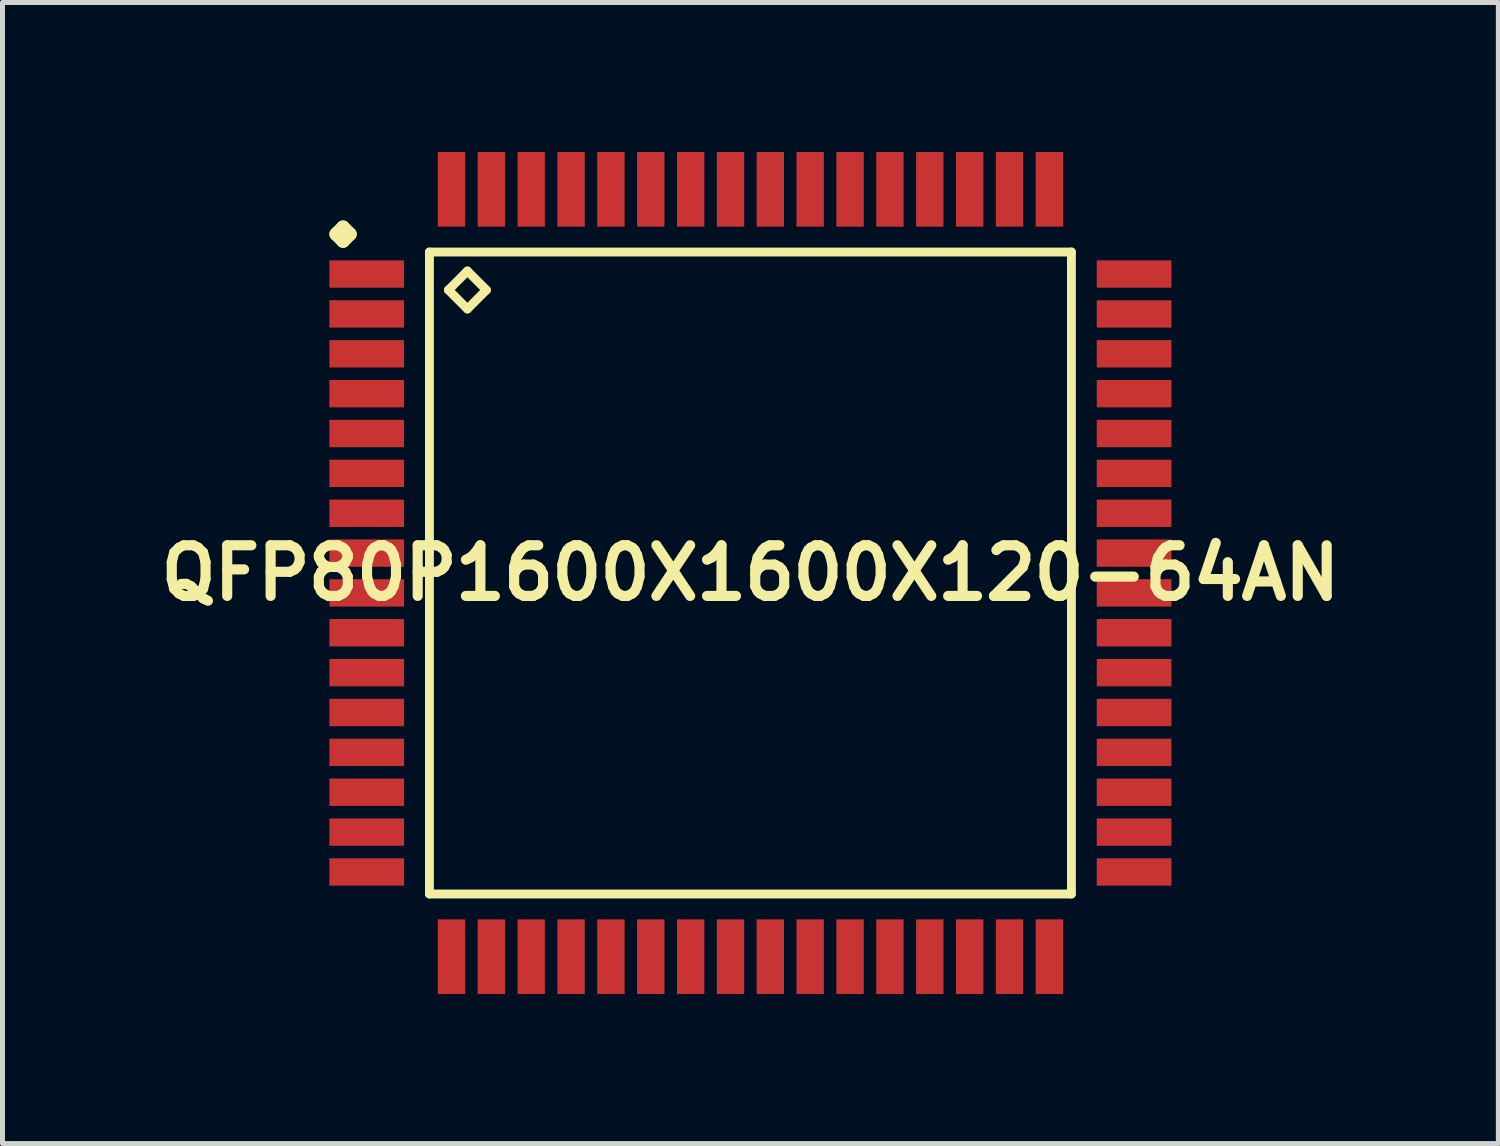
<source format=kicad_pcb>
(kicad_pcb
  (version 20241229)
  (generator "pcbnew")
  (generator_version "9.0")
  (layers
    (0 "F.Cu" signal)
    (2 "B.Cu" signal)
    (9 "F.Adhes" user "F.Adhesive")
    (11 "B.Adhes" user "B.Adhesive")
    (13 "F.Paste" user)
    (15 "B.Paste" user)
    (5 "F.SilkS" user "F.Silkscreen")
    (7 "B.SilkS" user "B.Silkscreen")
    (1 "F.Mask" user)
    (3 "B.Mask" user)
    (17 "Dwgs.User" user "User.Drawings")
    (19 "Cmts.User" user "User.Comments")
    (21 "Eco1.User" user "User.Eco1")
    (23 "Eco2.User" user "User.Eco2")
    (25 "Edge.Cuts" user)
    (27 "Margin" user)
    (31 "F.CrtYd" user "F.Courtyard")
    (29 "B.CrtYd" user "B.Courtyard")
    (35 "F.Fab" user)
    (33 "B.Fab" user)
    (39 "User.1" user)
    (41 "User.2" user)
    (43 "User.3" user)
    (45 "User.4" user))
  (footprint "QFP80P1600X1600X120-64AN"
    (layer "F.Cu")
    (at 12.008 8.448)
    (property "Reference" "QFP80P1600X1600X120-64AN" (at 0 0 0) (layer "F.SilkS") (effects (font (size 1.016 1.016) (thickness 0.203))))
    (attr smd)
    (fp_line (start -8.311 -6.8) (end -8.174 -6.937) (stroke (width 0.274) (type solid)) (layer "F.SilkS"))
    (fp_line (start -8.174 -6.937) (end -8.037 -6.8) (stroke (width 0.274) (type solid)) (layer "F.SilkS"))
    (fp_line (start -8.174 -6.662) (end -8.311 -6.8) (stroke (width 0.274) (type solid)) (layer "F.SilkS"))
    (fp_line (start -8.037 -6.8) (end -8.174 -6.662) (stroke (width 0.274) (type solid)) (layer "F.SilkS"))
    (fp_line (start -6.441 -6.441) (end -6.441 6.441) (stroke (width 0.178) (type solid)) (layer "F.SilkS"))
    (fp_line (start -6.441 6.441) (end 6.441 6.441) (stroke (width 0.178) (type solid)) (layer "F.SilkS"))
    (fp_line (start -6.06 -5.679) (end -5.679 -6.06) (stroke (width 0.178) (type solid)) (layer "F.SilkS"))
    (fp_line (start -5.679 -6.06) (end -5.298 -5.679) (stroke (width 0.178) (type solid)) (layer "F.SilkS"))
    (fp_line (start -5.679 -5.298) (end -6.06 -5.679) (stroke (width 0.178) (type solid)) (layer "F.SilkS"))
    (fp_line (start -5.298 -5.679) (end -5.679 -5.298) (stroke (width 0.178) (type solid)) (layer "F.SilkS"))
    (fp_line (start 6.441 -6.441) (end -6.441 -6.441) (stroke (width 0.178) (type solid)) (layer "F.SilkS"))
    (fp_line (start 6.441 6.441) (end 6.441 -6.441) (stroke (width 0.178) (type solid)) (layer "F.SilkS"))
    (pad "1" smd rect (at -7.699 -5.999) (size 1.499 0.549) (layers "F.Cu" "F.Mask" "F.Paste"))
    (pad "2" smd rect (at -7.699 -5.199) (size 1.499 0.549) (layers "F.Cu" "F.Mask" "F.Paste"))
    (pad "3" smd rect (at -7.699 -4.399) (size 1.499 0.549) (layers "F.Cu" "F.Mask" "F.Paste"))
    (pad "4" smd rect (at -7.699 -3.599) (size 1.499 0.549) (layers "F.Cu" "F.Mask" "F.Paste"))
    (pad "5" smd rect (at -7.699 -2.799) (size 1.499 0.549) (layers "F.Cu" "F.Mask" "F.Paste"))
    (pad "6" smd rect (at -7.699 -1.999) (size 1.499 0.549) (layers "F.Cu" "F.Mask" "F.Paste"))
    (pad "7" smd rect (at -7.699 -1.199) (size 1.499 0.549) (layers "F.Cu" "F.Mask" "F.Paste"))
    (pad "8" smd rect (at -7.699 -0.399) (size 1.499 0.549) (layers "F.Cu" "F.Mask" "F.Paste"))
    (pad "9" smd rect (at -7.699 0.399) (size 1.499 0.549) (layers "F.Cu" "F.Mask" "F.Paste"))
    (pad "10" smd rect (at -7.699 1.199) (size 1.499 0.549) (layers "F.Cu" "F.Mask" "F.Paste"))
    (pad "11" smd rect (at -7.699 1.999) (size 1.499 0.549) (layers "F.Cu" "F.Mask" "F.Paste"))
    (pad "12" smd rect (at -7.699 2.799) (size 1.499 0.549) (layers "F.Cu" "F.Mask" "F.Paste"))
    (pad "13" smd rect (at -7.699 3.599) (size 1.499 0.549) (layers "F.Cu" "F.Mask" "F.Paste"))
    (pad "14" smd rect (at -7.699 4.399) (size 1.499 0.549) (layers "F.Cu" "F.Mask" "F.Paste"))
    (pad "15" smd rect (at -7.699 5.199) (size 1.499 0.549) (layers "F.Cu" "F.Mask" "F.Paste"))
    (pad "16" smd rect (at -7.699 5.999) (size 1.499 0.549) (layers "F.Cu" "F.Mask" "F.Paste"))
    (pad "17" smd rect (at -5.999 7.699) (size 0.549 1.499) (layers "F.Cu" "F.Mask" "F.Paste"))
    (pad "18" smd rect (at -5.199 7.699) (size 0.549 1.499) (layers "F.Cu" "F.Mask" "F.Paste"))
    (pad "19" smd rect (at -4.399 7.699) (size 0.549 1.499) (layers "F.Cu" "F.Mask" "F.Paste"))
    (pad "20" smd rect (at -3.599 7.699) (size 0.549 1.499) (layers "F.Cu" "F.Mask" "F.Paste"))
    (pad "21" smd rect (at -2.799 7.699) (size 0.549 1.499) (layers "F.Cu" "F.Mask" "F.Paste"))
    (pad "22" smd rect (at -1.999 7.699) (size 0.549 1.499) (layers "F.Cu" "F.Mask" "F.Paste"))
    (pad "23" smd rect (at -1.199 7.699) (size 0.549 1.499) (layers "F.Cu" "F.Mask" "F.Paste"))
    (pad "24" smd rect (at -0.399 7.699) (size 0.549 1.499) (layers "F.Cu" "F.Mask" "F.Paste"))
    (pad "25" smd rect (at 0.399 7.699) (size 0.549 1.499) (layers "F.Cu" "F.Mask" "F.Paste"))
    (pad "26" smd rect (at 1.199 7.699) (size 0.549 1.499) (layers "F.Cu" "F.Mask" "F.Paste"))
    (pad "27" smd rect (at 1.999 7.699) (size 0.549 1.499) (layers "F.Cu" "F.Mask" "F.Paste"))
    (pad "28" smd rect (at 2.799 7.699) (size 0.549 1.499) (layers "F.Cu" "F.Mask" "F.Paste"))
    (pad "29" smd rect (at 3.599 7.699) (size 0.549 1.499) (layers "F.Cu" "F.Mask" "F.Paste"))
    (pad "30" smd rect (at 4.399 7.699) (size 0.549 1.499) (layers "F.Cu" "F.Mask" "F.Paste"))
    (pad "31" smd rect (at 5.199 7.699) (size 0.549 1.499) (layers "F.Cu" "F.Mask" "F.Paste"))
    (pad "32" smd rect (at 5.999 7.699) (size 0.549 1.499) (layers "F.Cu" "F.Mask" "F.Paste"))
    (pad "33" smd rect (at 7.699 5.999) (size 1.499 0.549) (layers "F.Cu" "F.Mask" "F.Paste"))
    (pad "34" smd rect (at 7.699 5.199) (size 1.499 0.549) (layers "F.Cu" "F.Mask" "F.Paste"))
    (pad "35" smd rect (at 7.699 4.399) (size 1.499 0.549) (layers "F.Cu" "F.Mask" "F.Paste"))
    (pad "36" smd rect (at 7.699 3.599) (size 1.499 0.549) (layers "F.Cu" "F.Mask" "F.Paste"))
    (pad "37" smd rect (at 7.699 2.799) (size 1.499 0.549) (layers "F.Cu" "F.Mask" "F.Paste"))
    (pad "38" smd rect (at 7.699 1.999) (size 1.499 0.549) (layers "F.Cu" "F.Mask" "F.Paste"))
    (pad "39" smd rect (at 7.699 1.199) (size 1.499 0.549) (layers "F.Cu" "F.Mask" "F.Paste"))
    (pad "40" smd rect (at 7.699 0.399) (size 1.499 0.549) (layers "F.Cu" "F.Mask" "F.Paste"))
    (pad "41" smd rect (at 7.699 -0.399) (size 1.499 0.549) (layers "F.Cu" "F.Mask" "F.Paste"))
    (pad "42" smd rect (at 7.699 -1.199) (size 1.499 0.549) (layers "F.Cu" "F.Mask" "F.Paste"))
    (pad "43" smd rect (at 7.699 -1.999) (size 1.499 0.549) (layers "F.Cu" "F.Mask" "F.Paste"))
    (pad "44" smd rect (at 7.699 -2.799) (size 1.499 0.549) (layers "F.Cu" "F.Mask" "F.Paste"))
    (pad "45" smd rect (at 7.699 -3.599) (size 1.499 0.549) (layers "F.Cu" "F.Mask" "F.Paste"))
    (pad "46" smd rect (at 7.699 -4.399) (size 1.499 0.549) (layers "F.Cu" "F.Mask" "F.Paste"))
    (pad "47" smd rect (at 7.699 -5.199) (size 1.499 0.549) (layers "F.Cu" "F.Mask" "F.Paste"))
    (pad "48" smd rect (at 7.699 -5.999) (size 1.499 0.549) (layers "F.Cu" "F.Mask" "F.Paste"))
    (pad "49" smd rect (at 5.999 -7.699) (size 0.549 1.499) (layers "F.Cu" "F.Mask" "F.Paste"))
    (pad "50" smd rect (at 5.199 -7.699) (size 0.549 1.499) (layers "F.Cu" "F.Mask" "F.Paste"))
    (pad "51" smd rect (at 4.399 -7.699) (size 0.549 1.499) (layers "F.Cu" "F.Mask" "F.Paste"))
    (pad "52" smd rect (at 3.599 -7.699) (size 0.549 1.499) (layers "F.Cu" "F.Mask" "F.Paste"))
    (pad "53" smd rect (at 2.799 -7.699) (size 0.549 1.499) (layers "F.Cu" "F.Mask" "F.Paste"))
    (pad "54" smd rect (at 1.999 -7.699) (size 0.549 1.499) (layers "F.Cu" "F.Mask" "F.Paste"))
    (pad "55" smd rect (at 1.199 -7.699) (size 0.549 1.499) (layers "F.Cu" "F.Mask" "F.Paste"))
    (pad "56" smd rect (at 0.399 -7.699) (size 0.549 1.499) (layers "F.Cu" "F.Mask" "F.Paste"))
    (pad "57" smd rect (at -0.399 -7.699) (size 0.549 1.499) (layers "F.Cu" "F.Mask" "F.Paste"))
    (pad "58" smd rect (at -1.199 -7.699) (size 0.549 1.499) (layers "F.Cu" "F.Mask" "F.Paste"))
    (pad "59" smd rect (at -1.999 -7.699) (size 0.549 1.499) (layers "F.Cu" "F.Mask" "F.Paste"))
    (pad "60" smd rect (at -2.799 -7.699) (size 0.549 1.499) (layers "F.Cu" "F.Mask" "F.Paste"))
    (pad "61" smd rect (at -3.599 -7.699) (size 0.549 1.499) (layers "F.Cu" "F.Mask" "F.Paste"))
    (pad "62" smd rect (at -4.399 -7.699) (size 0.549 1.499) (layers "F.Cu" "F.Mask" "F.Paste"))
    (pad "63" smd rect (at -5.199 -7.699) (size 0.549 1.499) (layers "F.Cu" "F.Mask" "F.Paste"))
    (pad "64" smd rect (at -5.999 -7.699) (size 0.549 1.499) (layers "F.Cu" "F.Mask" "F.Paste")))
  (gr_rect
    (start -3 -3)
    (end 27.016 19.896)
    (stroke (width 0.1) (type default))
    (fill no)
    (layer "Edge.Cuts")))
</source>
